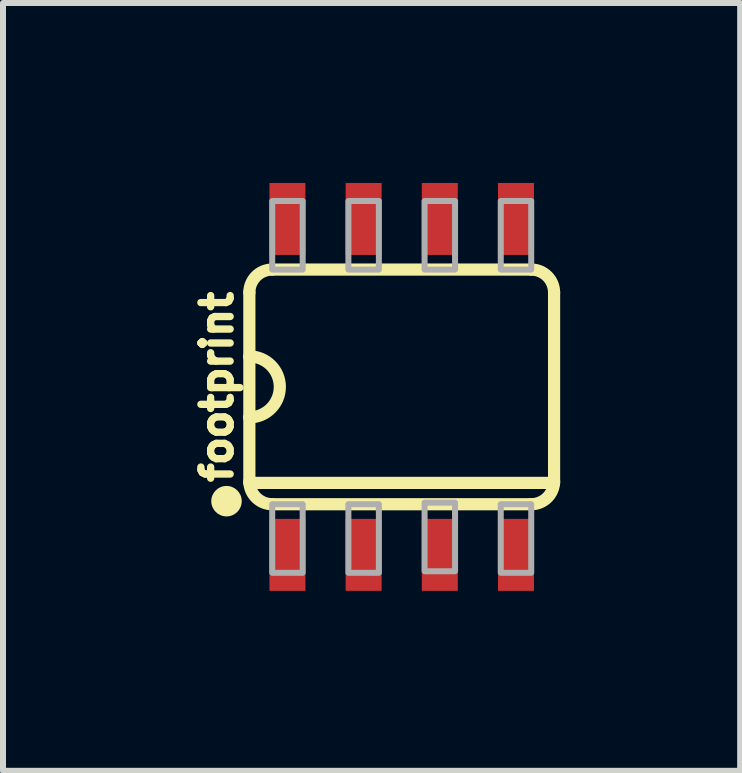
<source format=kicad_pcb>
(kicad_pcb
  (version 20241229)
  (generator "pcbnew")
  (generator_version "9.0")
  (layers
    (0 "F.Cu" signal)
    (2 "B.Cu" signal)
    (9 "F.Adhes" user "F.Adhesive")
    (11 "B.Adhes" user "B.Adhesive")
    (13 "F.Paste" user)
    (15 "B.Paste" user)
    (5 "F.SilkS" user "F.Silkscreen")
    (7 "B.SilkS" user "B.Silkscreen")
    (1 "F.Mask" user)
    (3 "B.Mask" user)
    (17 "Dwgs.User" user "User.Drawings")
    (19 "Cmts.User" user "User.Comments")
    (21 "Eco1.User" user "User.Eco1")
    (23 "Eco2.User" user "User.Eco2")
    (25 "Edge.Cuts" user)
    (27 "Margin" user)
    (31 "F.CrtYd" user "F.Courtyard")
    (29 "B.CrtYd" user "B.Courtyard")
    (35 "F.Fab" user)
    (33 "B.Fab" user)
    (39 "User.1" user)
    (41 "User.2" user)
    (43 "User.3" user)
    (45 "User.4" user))
  (footprint "footprint"
    (layer "F.Cu")
    (at 3.647 3.4)
    (property "Reference" "footprint" (at -2.794 0 90) (layer "F.SilkS") (effects (font (size 0.488 0.488) (thickness 0.122)) (justify bottom)))
    (fp_line (start -2.54 -1.575) (end -2.54 -0.508) (stroke (width 0.203) (type solid)) (layer "F.SilkS"))
    (fp_line (start -2.54 -0.508) (end -2.54 0.508) (stroke (width 0.203) (type solid)) (layer "F.SilkS"))
    (fp_line (start -2.54 0.508) (end -2.54 1.575) (stroke (width 0.203) (type solid)) (layer "F.SilkS"))
    (fp_line (start -2.54 1.6) (end 2.54 1.6) (stroke (width 0.203) (type solid)) (layer "F.SilkS"))
    (fp_line (start -2.159 1.956) (end 2.159 1.956) (stroke (width 0.203) (type solid)) (layer "F.SilkS"))
    (fp_line (start 2.159 -1.956) (end -2.159 -1.956) (stroke (width 0.203) (type solid)) (layer "F.SilkS"))
    (fp_line (start 2.54 1.575) (end 2.54 -1.575) (stroke (width 0.203) (type solid)) (layer "F.SilkS"))
    (fp_arc (start -2.54 -1.5748) (mid -2.428408 -1.844208) (end -2.159 -1.9558) (stroke (width 0.2032) (type solid)) (layer "F.SilkS"))
    (fp_arc (start -2.54 -0.508) (mid -2.032 0) (end -2.54 0.508) (stroke (width 0.2032) (type solid)) (layer "F.SilkS"))
    (fp_arc (start -2.159 1.9558) (mid -2.428408 1.844208) (end -2.54 1.5748) (stroke (width 0.2032) (type solid)) (layer "F.SilkS"))
    (fp_arc (start 2.159 -1.9558) (mid 2.428408 -1.844208) (end 2.54 -1.5748) (stroke (width 0.2032) (type solid)) (layer "F.SilkS"))
    (fp_arc (start 2.54 1.5748) (mid 2.428408 1.844208) (end 2.159 1.9558) (stroke (width 0.2032) (type solid)) (layer "F.SilkS"))
    (fp_circle (center -2.921 1.905) (end -2.794 1.905) (stroke (width 0.254) (type solid)) (fill yes) (layer "F.SilkS"))
    (fp_poly (pts (xy -2.159 -1.956) (xy -1.651 -1.956) (xy -1.651 -3.099) (xy -2.159 -3.099)) (stroke (width 0.1) (type solid)) (fill no) (layer "F.Fab"))
    (fp_poly (pts (xy -2.159 3.099) (xy -1.651 3.099) (xy -1.651 1.956) (xy -2.159 1.956)) (stroke (width 0.1) (type solid)) (fill no) (layer "F.Fab"))
    (fp_poly (pts (xy -0.889 -1.956) (xy -0.381 -1.956) (xy -0.381 -3.099) (xy -0.889 -3.099)) (stroke (width 0.1) (type solid)) (fill no) (layer "F.Fab"))
    (fp_poly (pts (xy -0.889 3.099) (xy -0.381 3.099) (xy -0.381 1.956) (xy -0.889 1.956)) (stroke (width 0.1) (type solid)) (fill no) (layer "F.Fab"))
    (fp_poly (pts (xy 0.381 -1.956) (xy 0.889 -1.956) (xy 0.889 -3.099) (xy 0.381 -3.099)) (stroke (width 0.1) (type solid)) (fill no) (layer "F.Fab"))
    (fp_poly (pts (xy 0.381 3.073) (xy 0.889 3.073) (xy 0.889 1.93) (xy 0.381 1.93)) (stroke (width 0.1) (type solid)) (fill no) (layer "F.Fab"))
    (fp_poly (pts (xy 1.651 -1.956) (xy 2.159 -1.956) (xy 2.159 -3.099) (xy 1.651 -3.099)) (stroke (width 0.1) (type solid)) (fill no) (layer "F.Fab"))
    (fp_poly (pts (xy 1.651 3.099) (xy 2.159 3.099) (xy 2.159 1.956) (xy 1.651 1.956)) (stroke (width 0.1) (type solid)) (fill no) (layer "F.Fab"))
    (pad "1" smd rect (at -1.905 2.8) (size 0.6 1.2) (layers "F.Cu" "F.Mask" "F.Paste"))
    (pad "2" smd rect (at -0.635 2.8) (size 0.6 1.2) (layers "F.Cu" "F.Mask" "F.Paste"))
    (pad "3" smd rect (at 0.635 2.8) (size 0.6 1.2) (layers "F.Cu" "F.Mask" "F.Paste"))
    (pad "4" smd rect (at 1.905 2.8) (size 0.6 1.2) (layers "F.Cu" "F.Mask" "F.Paste"))
    (pad "5" smd rect (at 1.905 -2.8) (size 0.6 1.2) (layers "F.Cu" "F.Mask" "F.Paste"))
    (pad "6" smd rect (at 0.635 -2.8) (size 0.6 1.2) (layers "F.Cu" "F.Mask" "F.Paste"))
    (pad "7" smd rect (at -0.635 -2.8) (size 0.6 1.2) (layers "F.Cu" "F.Mask" "F.Paste"))
    (pad "8" smd rect (at -1.905 -2.8) (size 0.6 1.2) (layers "F.Cu" "F.Mask" "F.Paste")))
  (gr_rect
    (start -3 -3)
    (end 9.289 9.8)
    (stroke (width 0.1) (type default))
    (fill no)
    (layer "Edge.Cuts")))
</source>
